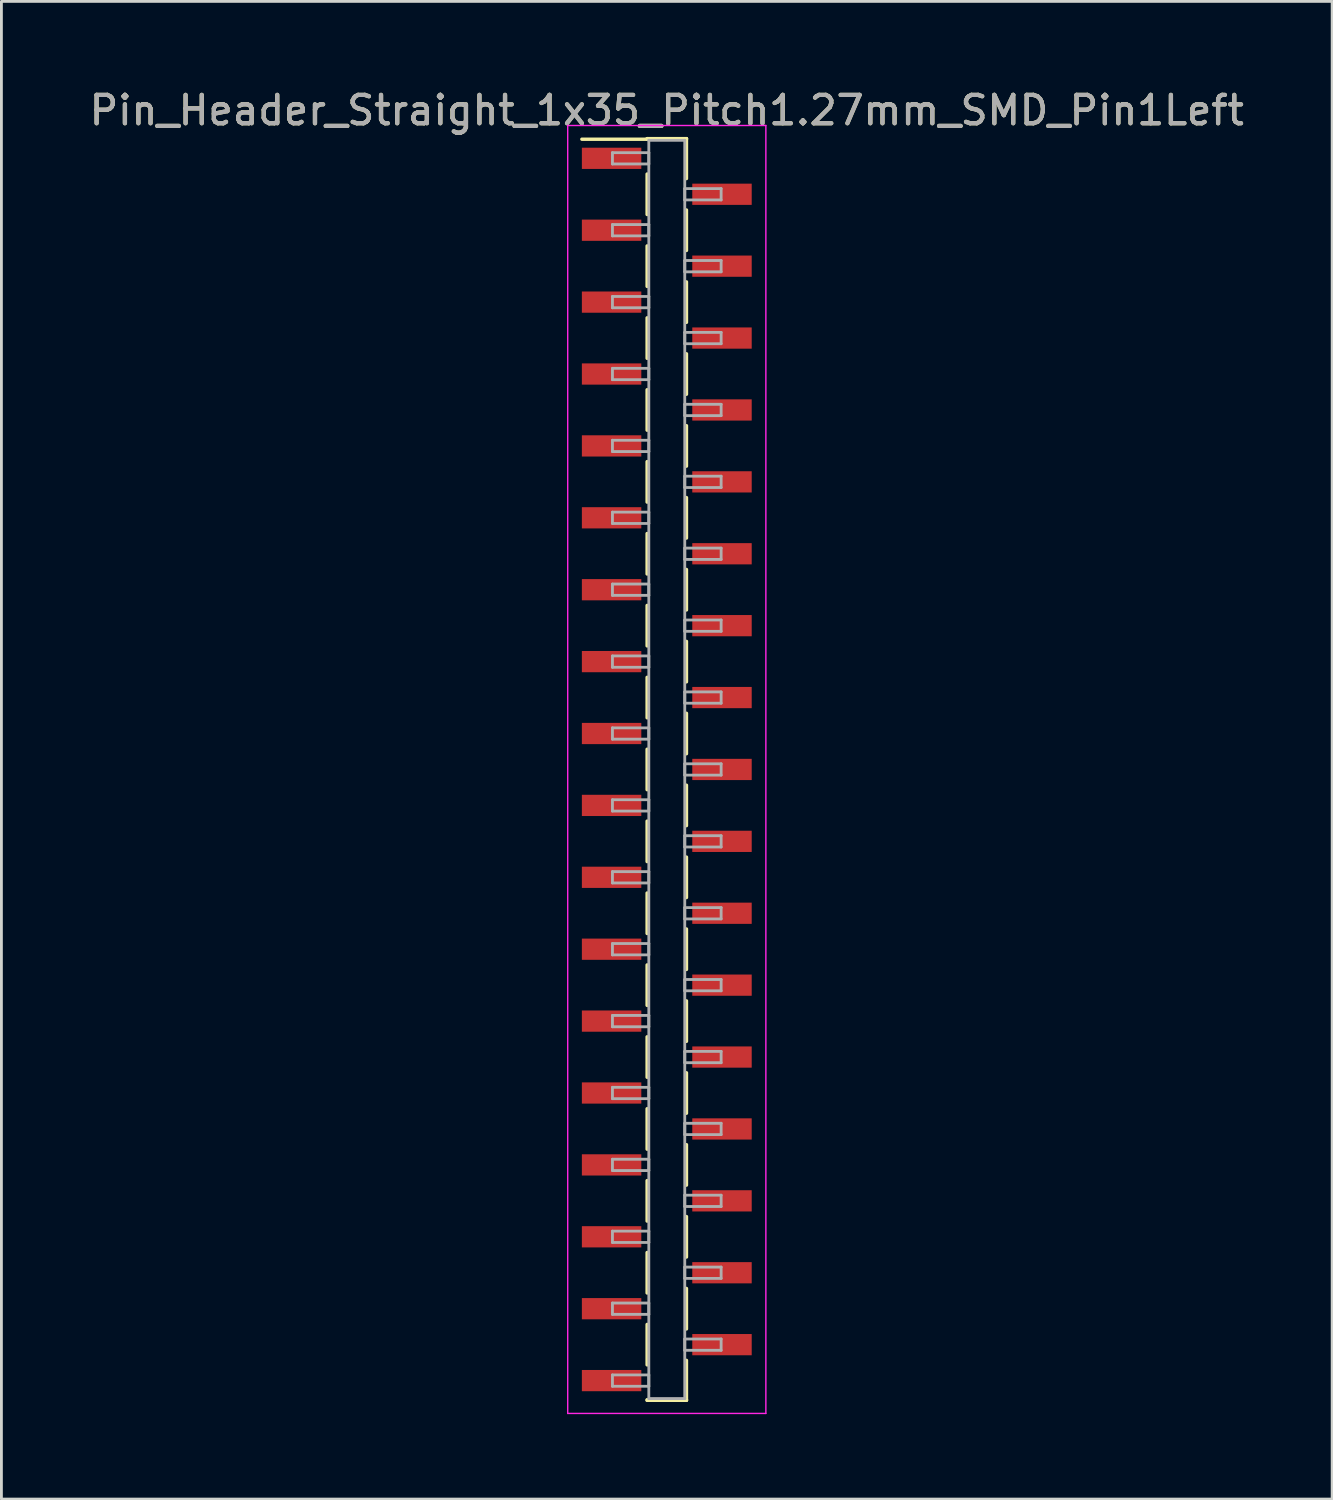
<source format=kicad_pcb>
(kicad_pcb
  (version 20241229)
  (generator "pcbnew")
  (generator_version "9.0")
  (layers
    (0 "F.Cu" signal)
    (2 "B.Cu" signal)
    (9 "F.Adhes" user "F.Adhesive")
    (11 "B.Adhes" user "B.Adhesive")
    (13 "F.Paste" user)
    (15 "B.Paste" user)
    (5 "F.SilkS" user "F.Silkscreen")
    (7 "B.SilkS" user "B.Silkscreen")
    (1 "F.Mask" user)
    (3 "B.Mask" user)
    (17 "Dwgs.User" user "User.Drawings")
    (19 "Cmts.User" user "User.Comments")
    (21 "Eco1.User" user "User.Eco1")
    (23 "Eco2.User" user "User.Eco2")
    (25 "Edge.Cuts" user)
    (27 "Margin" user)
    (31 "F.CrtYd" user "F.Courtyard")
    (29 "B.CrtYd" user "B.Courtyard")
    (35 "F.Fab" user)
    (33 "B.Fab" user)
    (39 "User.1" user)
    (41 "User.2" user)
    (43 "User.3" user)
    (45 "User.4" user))
  (footprint "Pin_Header_Straight_1x35_Pitch1.27mm_SMD_Pin1Left"
    (layer "F.Cu")
    (at 20.506 24.133)
    (property "Reference" "Pin_Header_Straight_1x35_Pitch1.27mm_SMD_Pin1Left" (at 0 -23.285 0) (layer "F.SilkS") (effects (font (size 1 1) (thickness 0.15))))
    (attr smd)
    (fp_line (start -0.695 -22.285) (end 0.695 -22.285) (stroke (width 0.12) (type solid)) (layer "F.SilkS"))
    (fp_line (start -0.695 -22.265) (end -3 -22.265) (stroke (width 0.12) (type solid)) (layer "F.SilkS"))
    (fp_line (start -0.695 -22.265) (end -0.695 -22.285) (stroke (width 0.12) (type solid)) (layer "F.SilkS"))
    (fp_line (start -0.695 -21.035) (end -0.695 -19.605) (stroke (width 0.12) (type solid)) (layer "F.SilkS"))
    (fp_line (start -0.695 -18.495) (end -0.695 -17.065) (stroke (width 0.12) (type solid)) (layer "F.SilkS"))
    (fp_line (start -0.695 -15.955) (end -0.695 -14.525) (stroke (width 0.12) (type solid)) (layer "F.SilkS"))
    (fp_line (start -0.695 -13.415) (end -0.695 -11.985) (stroke (width 0.12) (type solid)) (layer "F.SilkS"))
    (fp_line (start -0.695 -10.875) (end -0.695 -9.445) (stroke (width 0.12) (type solid)) (layer "F.SilkS"))
    (fp_line (start -0.695 -8.335) (end -0.695 -6.905) (stroke (width 0.12) (type solid)) (layer "F.SilkS"))
    (fp_line (start -0.695 -5.795) (end -0.695 -4.365) (stroke (width 0.12) (type solid)) (layer "F.SilkS"))
    (fp_line (start -0.695 -3.255) (end -0.695 -1.825) (stroke (width 0.12) (type solid)) (layer "F.SilkS"))
    (fp_line (start -0.695 -0.715) (end -0.695 0.715) (stroke (width 0.12) (type solid)) (layer "F.SilkS"))
    (fp_line (start -0.695 1.825) (end -0.695 3.255) (stroke (width 0.12) (type solid)) (layer "F.SilkS"))
    (fp_line (start -0.695 4.365) (end -0.695 5.795) (stroke (width 0.12) (type solid)) (layer "F.SilkS"))
    (fp_line (start -0.695 6.905) (end -0.695 8.335) (stroke (width 0.12) (type solid)) (layer "F.SilkS"))
    (fp_line (start -0.695 9.445) (end -0.695 10.875) (stroke (width 0.12) (type solid)) (layer "F.SilkS"))
    (fp_line (start -0.695 11.985) (end -0.695 13.415) (stroke (width 0.12) (type solid)) (layer "F.SilkS"))
    (fp_line (start -0.695 14.525) (end -0.695 15.955) (stroke (width 0.12) (type solid)) (layer "F.SilkS"))
    (fp_line (start -0.695 17.065) (end -0.695 18.495) (stroke (width 0.12) (type solid)) (layer "F.SilkS"))
    (fp_line (start -0.695 19.605) (end -0.695 21.035) (stroke (width 0.12) (type solid)) (layer "F.SilkS"))
    (fp_line (start -0.695 22.265) (end -0.695 22.285) (stroke (width 0.12) (type solid)) (layer "F.SilkS"))
    (fp_line (start -0.695 22.285) (end 0.695 22.285) (stroke (width 0.12) (type solid)) (layer "F.SilkS"))
    (fp_line (start 0.695 -22.285) (end 0.695 -22.265) (stroke (width 0.12) (type solid)) (layer "F.SilkS"))
    (fp_line (start 0.695 -22.285) (end 0.695 -20.875) (stroke (width 0.12) (type solid)) (layer "F.SilkS"))
    (fp_line (start 0.695 -19.765) (end 0.695 -18.335) (stroke (width 0.12) (type solid)) (layer "F.SilkS"))
    (fp_line (start 0.695 -17.225) (end 0.695 -15.795) (stroke (width 0.12) (type solid)) (layer "F.SilkS"))
    (fp_line (start 0.695 -14.685) (end 0.695 -13.255) (stroke (width 0.12) (type solid)) (layer "F.SilkS"))
    (fp_line (start 0.695 -12.145) (end 0.695 -10.715) (stroke (width 0.12) (type solid)) (layer "F.SilkS"))
    (fp_line (start 0.695 -9.605) (end 0.695 -8.175) (stroke (width 0.12) (type solid)) (layer "F.SilkS"))
    (fp_line (start 0.695 -7.065) (end 0.695 -5.635) (stroke (width 0.12) (type solid)) (layer "F.SilkS"))
    (fp_line (start 0.695 -4.525) (end 0.695 -3.095) (stroke (width 0.12) (type solid)) (layer "F.SilkS"))
    (fp_line (start 0.695 -1.985) (end 0.695 -0.555) (stroke (width 0.12) (type solid)) (layer "F.SilkS"))
    (fp_line (start 0.695 0.555) (end 0.695 1.985) (stroke (width 0.12) (type solid)) (layer "F.SilkS"))
    (fp_line (start 0.695 3.095) (end 0.695 4.525) (stroke (width 0.12) (type solid)) (layer "F.SilkS"))
    (fp_line (start 0.695 5.635) (end 0.695 7.065) (stroke (width 0.12) (type solid)) (layer "F.SilkS"))
    (fp_line (start 0.695 8.175) (end 0.695 9.605) (stroke (width 0.12) (type solid)) (layer "F.SilkS"))
    (fp_line (start 0.695 10.715) (end 0.695 12.145) (stroke (width 0.12) (type solid)) (layer "F.SilkS"))
    (fp_line (start 0.695 13.255) (end 0.695 14.685) (stroke (width 0.12) (type solid)) (layer "F.SilkS"))
    (fp_line (start 0.695 15.795) (end 0.695 17.225) (stroke (width 0.12) (type solid)) (layer "F.SilkS"))
    (fp_line (start 0.695 18.335) (end 0.695 19.765) (stroke (width 0.12) (type solid)) (layer "F.SilkS"))
    (fp_line (start 0.695 20.875) (end 0.695 22.285) (stroke (width 0.12) (type solid)) (layer "F.SilkS"))
    (fp_line (start 0.695 22.285) (end 0.695 22.265) (stroke (width 0.12) (type solid)) (layer "F.SilkS"))
    (fp_line (start -3.5 -22.75) (end -3.5 22.75) (stroke (width 0.05) (type solid)) (layer "F.CrtYd"))
    (fp_line (start -3.5 22.75) (end 3.5 22.75) (stroke (width 0.05) (type solid)) (layer "F.CrtYd"))
    (fp_line (start 3.5 -22.75) (end -3.5 -22.75) (stroke (width 0.05) (type solid)) (layer "F.CrtYd"))
    (fp_line (start 3.5 22.75) (end 3.5 -22.75) (stroke (width 0.05) (type solid)) (layer "F.CrtYd"))
    (fp_line (start -1.92 -21.79) (end -0.635 -21.79) (stroke (width 0.1) (type solid)) (layer "F.Fab"))
    (fp_line (start -1.92 -21.39) (end -1.92 -21.79) (stroke (width 0.1) (type solid)) (layer "F.Fab"))
    (fp_line (start -1.92 -19.25) (end -0.635 -19.25) (stroke (width 0.1) (type solid)) (layer "F.Fab"))
    (fp_line (start -1.92 -18.85) (end -1.92 -19.25) (stroke (width 0.1) (type solid)) (layer "F.Fab"))
    (fp_line (start -1.92 -16.71) (end -0.635 -16.71) (stroke (width 0.1) (type solid)) (layer "F.Fab"))
    (fp_line (start -1.92 -16.31) (end -1.92 -16.71) (stroke (width 0.1) (type solid)) (layer "F.Fab"))
    (fp_line (start -1.92 -14.17) (end -0.635 -14.17) (stroke (width 0.1) (type solid)) (layer "F.Fab"))
    (fp_line (start -1.92 -13.77) (end -1.92 -14.17) (stroke (width 0.1) (type solid)) (layer "F.Fab"))
    (fp_line (start -1.92 -11.63) (end -0.635 -11.63) (stroke (width 0.1) (type solid)) (layer "F.Fab"))
    (fp_line (start -1.92 -11.23) (end -1.92 -11.63) (stroke (width 0.1) (type solid)) (layer "F.Fab"))
    (fp_line (start -1.92 -9.09) (end -0.635 -9.09) (stroke (width 0.1) (type solid)) (layer "F.Fab"))
    (fp_line (start -1.92 -8.69) (end -1.92 -9.09) (stroke (width 0.1) (type solid)) (layer "F.Fab"))
    (fp_line (start -1.92 -6.55) (end -0.635 -6.55) (stroke (width 0.1) (type solid)) (layer "F.Fab"))
    (fp_line (start -1.92 -6.15) (end -1.92 -6.55) (stroke (width 0.1) (type solid)) (layer "F.Fab"))
    (fp_line (start -1.92 -4.01) (end -0.635 -4.01) (stroke (width 0.1) (type solid)) (layer "F.Fab"))
    (fp_line (start -1.92 -3.61) (end -1.92 -4.01) (stroke (width 0.1) (type solid)) (layer "F.Fab"))
    (fp_line (start -1.92 -1.47) (end -0.635 -1.47) (stroke (width 0.1) (type solid)) (layer "F.Fab"))
    (fp_line (start -1.92 -1.07) (end -1.92 -1.47) (stroke (width 0.1) (type solid)) (layer "F.Fab"))
    (fp_line (start -1.92 1.07) (end -0.635 1.07) (stroke (width 0.1) (type solid)) (layer "F.Fab"))
    (fp_line (start -1.92 1.47) (end -1.92 1.07) (stroke (width 0.1) (type solid)) (layer "F.Fab"))
    (fp_line (start -1.92 3.61) (end -0.635 3.61) (stroke (width 0.1) (type solid)) (layer "F.Fab"))
    (fp_line (start -1.92 4.01) (end -1.92 3.61) (stroke (width 0.1) (type solid)) (layer "F.Fab"))
    (fp_line (start -1.92 6.15) (end -0.635 6.15) (stroke (width 0.1) (type solid)) (layer "F.Fab"))
    (fp_line (start -1.92 6.55) (end -1.92 6.15) (stroke (width 0.1) (type solid)) (layer "F.Fab"))
    (fp_line (start -1.92 8.69) (end -0.635 8.69) (stroke (width 0.1) (type solid)) (layer "F.Fab"))
    (fp_line (start -1.92 9.09) (end -1.92 8.69) (stroke (width 0.1) (type solid)) (layer "F.Fab"))
    (fp_line (start -1.92 11.23) (end -0.635 11.23) (stroke (width 0.1) (type solid)) (layer "F.Fab"))
    (fp_line (start -1.92 11.63) (end -1.92 11.23) (stroke (width 0.1) (type solid)) (layer "F.Fab"))
    (fp_line (start -1.92 13.77) (end -0.635 13.77) (stroke (width 0.1) (type solid)) (layer "F.Fab"))
    (fp_line (start -1.92 14.17) (end -1.92 13.77) (stroke (width 0.1) (type solid)) (layer "F.Fab"))
    (fp_line (start -1.92 16.31) (end -0.635 16.31) (stroke (width 0.1) (type solid)) (layer "F.Fab"))
    (fp_line (start -1.92 16.71) (end -1.92 16.31) (stroke (width 0.1) (type solid)) (layer "F.Fab"))
    (fp_line (start -1.92 18.85) (end -0.635 18.85) (stroke (width 0.1) (type solid)) (layer "F.Fab"))
    (fp_line (start -1.92 19.25) (end -1.92 18.85) (stroke (width 0.1) (type solid)) (layer "F.Fab"))
    (fp_line (start -1.92 21.39) (end -0.635 21.39) (stroke (width 0.1) (type solid)) (layer "F.Fab"))
    (fp_line (start -1.92 21.79) (end -1.92 21.39) (stroke (width 0.1) (type solid)) (layer "F.Fab"))
    (fp_line (start -0.635 -22.225) (end -0.635 22.225) (stroke (width 0.1) (type solid)) (layer "F.Fab"))
    (fp_line (start -0.635 -21.79) (end -0.635 -21.39) (stroke (width 0.1) (type solid)) (layer "F.Fab"))
    (fp_line (start -0.635 -21.39) (end -1.92 -21.39) (stroke (width 0.1) (type solid)) (layer "F.Fab"))
    (fp_line (start -0.635 -19.25) (end -0.635 -18.85) (stroke (width 0.1) (type solid)) (layer "F.Fab"))
    (fp_line (start -0.635 -18.85) (end -1.92 -18.85) (stroke (width 0.1) (type solid)) (layer "F.Fab"))
    (fp_line (start -0.635 -16.71) (end -0.635 -16.31) (stroke (width 0.1) (type solid)) (layer "F.Fab"))
    (fp_line (start -0.635 -16.31) (end -1.92 -16.31) (stroke (width 0.1) (type solid)) (layer "F.Fab"))
    (fp_line (start -0.635 -14.17) (end -0.635 -13.77) (stroke (width 0.1) (type solid)) (layer "F.Fab"))
    (fp_line (start -0.635 -13.77) (end -1.92 -13.77) (stroke (width 0.1) (type solid)) (layer "F.Fab"))
    (fp_line (start -0.635 -11.63) (end -0.635 -11.23) (stroke (width 0.1) (type solid)) (layer "F.Fab"))
    (fp_line (start -0.635 -11.23) (end -1.92 -11.23) (stroke (width 0.1) (type solid)) (layer "F.Fab"))
    (fp_line (start -0.635 -9.09) (end -0.635 -8.69) (stroke (width 0.1) (type solid)) (layer "F.Fab"))
    (fp_line (start -0.635 -8.69) (end -1.92 -8.69) (stroke (width 0.1) (type solid)) (layer "F.Fab"))
    (fp_line (start -0.635 -6.55) (end -0.635 -6.15) (stroke (width 0.1) (type solid)) (layer "F.Fab"))
    (fp_line (start -0.635 -6.15) (end -1.92 -6.15) (stroke (width 0.1) (type solid)) (layer "F.Fab"))
    (fp_line (start -0.635 -4.01) (end -0.635 -3.61) (stroke (width 0.1) (type solid)) (layer "F.Fab"))
    (fp_line (start -0.635 -3.61) (end -1.92 -3.61) (stroke (width 0.1) (type solid)) (layer "F.Fab"))
    (fp_line (start -0.635 -1.47) (end -0.635 -1.07) (stroke (width 0.1) (type solid)) (layer "F.Fab"))
    (fp_line (start -0.635 -1.07) (end -1.92 -1.07) (stroke (width 0.1) (type solid)) (layer "F.Fab"))
    (fp_line (start -0.635 1.07) (end -0.635 1.47) (stroke (width 0.1) (type solid)) (layer "F.Fab"))
    (fp_line (start -0.635 1.47) (end -1.92 1.47) (stroke (width 0.1) (type solid)) (layer "F.Fab"))
    (fp_line (start -0.635 3.61) (end -0.635 4.01) (stroke (width 0.1) (type solid)) (layer "F.Fab"))
    (fp_line (start -0.635 4.01) (end -1.92 4.01) (stroke (width 0.1) (type solid)) (layer "F.Fab"))
    (fp_line (start -0.635 6.15) (end -0.635 6.55) (stroke (width 0.1) (type solid)) (layer "F.Fab"))
    (fp_line (start -0.635 6.55) (end -1.92 6.55) (stroke (width 0.1) (type solid)) (layer "F.Fab"))
    (fp_line (start -0.635 8.69) (end -0.635 9.09) (stroke (width 0.1) (type solid)) (layer "F.Fab"))
    (fp_line (start -0.635 9.09) (end -1.92 9.09) (stroke (width 0.1) (type solid)) (layer "F.Fab"))
    (fp_line (start -0.635 11.23) (end -0.635 11.63) (stroke (width 0.1) (type solid)) (layer "F.Fab"))
    (fp_line (start -0.635 11.63) (end -1.92 11.63) (stroke (width 0.1) (type solid)) (layer "F.Fab"))
    (fp_line (start -0.635 13.77) (end -0.635 14.17) (stroke (width 0.1) (type solid)) (layer "F.Fab"))
    (fp_line (start -0.635 14.17) (end -1.92 14.17) (stroke (width 0.1) (type solid)) (layer "F.Fab"))
    (fp_line (start -0.635 16.31) (end -0.635 16.71) (stroke (width 0.1) (type solid)) (layer "F.Fab"))
    (fp_line (start -0.635 16.71) (end -1.92 16.71) (stroke (width 0.1) (type solid)) (layer "F.Fab"))
    (fp_line (start -0.635 18.85) (end -0.635 19.25) (stroke (width 0.1) (type solid)) (layer "F.Fab"))
    (fp_line (start -0.635 19.25) (end -1.92 19.25) (stroke (width 0.1) (type solid)) (layer "F.Fab"))
    (fp_line (start -0.635 21.39) (end -0.635 21.79) (stroke (width 0.1) (type solid)) (layer "F.Fab"))
    (fp_line (start -0.635 21.79) (end -1.92 21.79) (stroke (width 0.1) (type solid)) (layer "F.Fab"))
    (fp_line (start -0.635 22.225) (end 0.635 22.225) (stroke (width 0.1) (type solid)) (layer "F.Fab"))
    (fp_line (start 0.635 -22.225) (end -0.635 -22.225) (stroke (width 0.1) (type solid)) (layer "F.Fab"))
    (fp_line (start 0.635 -20.52) (end 0.635 -20.12) (stroke (width 0.1) (type solid)) (layer "F.Fab"))
    (fp_line (start 0.635 -20.12) (end 1.92 -20.12) (stroke (width 0.1) (type solid)) (layer "F.Fab"))
    (fp_line (start 0.635 -17.98) (end 0.635 -17.58) (stroke (width 0.1) (type solid)) (layer "F.Fab"))
    (fp_line (start 0.635 -17.58) (end 1.92 -17.58) (stroke (width 0.1) (type solid)) (layer "F.Fab"))
    (fp_line (start 0.635 -15.44) (end 0.635 -15.04) (stroke (width 0.1) (type solid)) (layer "F.Fab"))
    (fp_line (start 0.635 -15.04) (end 1.92 -15.04) (stroke (width 0.1) (type solid)) (layer "F.Fab"))
    (fp_line (start 0.635 -12.9) (end 0.635 -12.5) (stroke (width 0.1) (type solid)) (layer "F.Fab"))
    (fp_line (start 0.635 -12.5) (end 1.92 -12.5) (stroke (width 0.1) (type solid)) (layer "F.Fab"))
    (fp_line (start 0.635 -10.36) (end 0.635 -9.96) (stroke (width 0.1) (type solid)) (layer "F.Fab"))
    (fp_line (start 0.635 -9.96) (end 1.92 -9.96) (stroke (width 0.1) (type solid)) (layer "F.Fab"))
    (fp_line (start 0.635 -7.82) (end 0.635 -7.42) (stroke (width 0.1) (type solid)) (layer "F.Fab"))
    (fp_line (start 0.635 -7.42) (end 1.92 -7.42) (stroke (width 0.1) (type solid)) (layer "F.Fab"))
    (fp_line (start 0.635 -5.28) (end 0.635 -4.88) (stroke (width 0.1) (type solid)) (layer "F.Fab"))
    (fp_line (start 0.635 -4.88) (end 1.92 -4.88) (stroke (width 0.1) (type solid)) (layer "F.Fab"))
    (fp_line (start 0.635 -2.74) (end 0.635 -2.34) (stroke (width 0.1) (type solid)) (layer "F.Fab"))
    (fp_line (start 0.635 -2.34) (end 1.92 -2.34) (stroke (width 0.1) (type solid)) (layer "F.Fab"))
    (fp_line (start 0.635 -0.2) (end 0.635 0.2) (stroke (width 0.1) (type solid)) (layer "F.Fab"))
    (fp_line (start 0.635 0.2) (end 1.92 0.2) (stroke (width 0.1) (type solid)) (layer "F.Fab"))
    (fp_line (start 0.635 2.34) (end 0.635 2.74) (stroke (width 0.1) (type solid)) (layer "F.Fab"))
    (fp_line (start 0.635 2.74) (end 1.92 2.74) (stroke (width 0.1) (type solid)) (layer "F.Fab"))
    (fp_line (start 0.635 4.88) (end 0.635 5.28) (stroke (width 0.1) (type solid)) (layer "F.Fab"))
    (fp_line (start 0.635 5.28) (end 1.92 5.28) (stroke (width 0.1) (type solid)) (layer "F.Fab"))
    (fp_line (start 0.635 7.42) (end 0.635 7.82) (stroke (width 0.1) (type solid)) (layer "F.Fab"))
    (fp_line (start 0.635 7.82) (end 1.92 7.82) (stroke (width 0.1) (type solid)) (layer "F.Fab"))
    (fp_line (start 0.635 9.96) (end 0.635 10.36) (stroke (width 0.1) (type solid)) (layer "F.Fab"))
    (fp_line (start 0.635 10.36) (end 1.92 10.36) (stroke (width 0.1) (type solid)) (layer "F.Fab"))
    (fp_line (start 0.635 12.5) (end 0.635 12.9) (stroke (width 0.1) (type solid)) (layer "F.Fab"))
    (fp_line (start 0.635 12.9) (end 1.92 12.9) (stroke (width 0.1) (type solid)) (layer "F.Fab"))
    (fp_line (start 0.635 15.04) (end 0.635 15.44) (stroke (width 0.1) (type solid)) (layer "F.Fab"))
    (fp_line (start 0.635 15.44) (end 1.92 15.44) (stroke (width 0.1) (type solid)) (layer "F.Fab"))
    (fp_line (start 0.635 17.58) (end 0.635 17.98) (stroke (width 0.1) (type solid)) (layer "F.Fab"))
    (fp_line (start 0.635 17.98) (end 1.92 17.98) (stroke (width 0.1) (type solid)) (layer "F.Fab"))
    (fp_line (start 0.635 20.12) (end 0.635 20.52) (stroke (width 0.1) (type solid)) (layer "F.Fab"))
    (fp_line (start 0.635 20.52) (end 1.92 20.52) (stroke (width 0.1) (type solid)) (layer "F.Fab"))
    (fp_line (start 0.635 22.225) (end 0.635 -22.225) (stroke (width 0.1) (type solid)) (layer "F.Fab"))
    (fp_line (start 1.92 -20.52) (end 0.635 -20.52) (stroke (width 0.1) (type solid)) (layer "F.Fab"))
    (fp_line (start 1.92 -20.12) (end 1.92 -20.52) (stroke (width 0.1) (type solid)) (layer "F.Fab"))
    (fp_line (start 1.92 -17.98) (end 0.635 -17.98) (stroke (width 0.1) (type solid)) (layer "F.Fab"))
    (fp_line (start 1.92 -17.58) (end 1.92 -17.98) (stroke (width 0.1) (type solid)) (layer "F.Fab"))
    (fp_line (start 1.92 -15.44) (end 0.635 -15.44) (stroke (width 0.1) (type solid)) (layer "F.Fab"))
    (fp_line (start 1.92 -15.04) (end 1.92 -15.44) (stroke (width 0.1) (type solid)) (layer "F.Fab"))
    (fp_line (start 1.92 -12.9) (end 0.635 -12.9) (stroke (width 0.1) (type solid)) (layer "F.Fab"))
    (fp_line (start 1.92 -12.5) (end 1.92 -12.9) (stroke (width 0.1) (type solid)) (layer "F.Fab"))
    (fp_line (start 1.92 -10.36) (end 0.635 -10.36) (stroke (width 0.1) (type solid)) (layer "F.Fab"))
    (fp_line (start 1.92 -9.96) (end 1.92 -10.36) (stroke (width 0.1) (type solid)) (layer "F.Fab"))
    (fp_line (start 1.92 -7.82) (end 0.635 -7.82) (stroke (width 0.1) (type solid)) (layer "F.Fab"))
    (fp_line (start 1.92 -7.42) (end 1.92 -7.82) (stroke (width 0.1) (type solid)) (layer "F.Fab"))
    (fp_line (start 1.92 -5.28) (end 0.635 -5.28) (stroke (width 0.1) (type solid)) (layer "F.Fab"))
    (fp_line (start 1.92 -4.88) (end 1.92 -5.28) (stroke (width 0.1) (type solid)) (layer "F.Fab"))
    (fp_line (start 1.92 -2.74) (end 0.635 -2.74) (stroke (width 0.1) (type solid)) (layer "F.Fab"))
    (fp_line (start 1.92 -2.34) (end 1.92 -2.74) (stroke (width 0.1) (type solid)) (layer "F.Fab"))
    (fp_line (start 1.92 -0.2) (end 0.635 -0.2) (stroke (width 0.1) (type solid)) (layer "F.Fab"))
    (fp_line (start 1.92 0.2) (end 1.92 -0.2) (stroke (width 0.1) (type solid)) (layer "F.Fab"))
    (fp_line (start 1.92 2.34) (end 0.635 2.34) (stroke (width 0.1) (type solid)) (layer "F.Fab"))
    (fp_line (start 1.92 2.74) (end 1.92 2.34) (stroke (width 0.1) (type solid)) (layer "F.Fab"))
    (fp_line (start 1.92 4.88) (end 0.635 4.88) (stroke (width 0.1) (type solid)) (layer "F.Fab"))
    (fp_line (start 1.92 5.28) (end 1.92 4.88) (stroke (width 0.1) (type solid)) (layer "F.Fab"))
    (fp_line (start 1.92 7.42) (end 0.635 7.42) (stroke (width 0.1) (type solid)) (layer "F.Fab"))
    (fp_line (start 1.92 7.82) (end 1.92 7.42) (stroke (width 0.1) (type solid)) (layer "F.Fab"))
    (fp_line (start 1.92 9.96) (end 0.635 9.96) (stroke (width 0.1) (type solid)) (layer "F.Fab"))
    (fp_line (start 1.92 10.36) (end 1.92 9.96) (stroke (width 0.1) (type solid)) (layer "F.Fab"))
    (fp_line (start 1.92 12.5) (end 0.635 12.5) (stroke (width 0.1) (type solid)) (layer "F.Fab"))
    (fp_line (start 1.92 12.9) (end 1.92 12.5) (stroke (width 0.1) (type solid)) (layer "F.Fab"))
    (fp_line (start 1.92 15.04) (end 0.635 15.04) (stroke (width 0.1) (type solid)) (layer "F.Fab"))
    (fp_line (start 1.92 15.44) (end 1.92 15.04) (stroke (width 0.1) (type solid)) (layer "F.Fab"))
    (fp_line (start 1.92 17.58) (end 0.635 17.58) (stroke (width 0.1) (type solid)) (layer "F.Fab"))
    (fp_line (start 1.92 17.98) (end 1.92 17.58) (stroke (width 0.1) (type solid)) (layer "F.Fab"))
    (fp_line (start 1.92 20.12) (end 0.635 20.12) (stroke (width 0.1) (type solid)) (layer "F.Fab"))
    (fp_line (start 1.92 20.52) (end 1.92 20.12) (stroke (width 0.1) (type solid)) (layer "F.Fab"))
    (fp_text user "${REFERENCE}" (at 0 -23.285 0) (layer "F.Fab") (effects (font (size 1 1) (thickness 0.15))))
    (pad "1" smd rect (at -1.95 -21.59) (size 2.1 0.75) (layers "F.Cu" "F.Mask" "F.Paste"))
    (pad "2" smd rect (at 1.95 -20.32) (size 2.1 0.75) (layers "F.Cu" "F.Mask" "F.Paste"))
    (pad "3" smd rect (at -1.95 -19.05) (size 2.1 0.75) (layers "F.Cu" "F.Mask" "F.Paste"))
    (pad "4" smd rect (at 1.95 -17.78) (size 2.1 0.75) (layers "F.Cu" "F.Mask" "F.Paste"))
    (pad "5" smd rect (at -1.95 -16.51) (size 2.1 0.75) (layers "F.Cu" "F.Mask" "F.Paste"))
    (pad "6" smd rect (at 1.95 -15.24) (size 2.1 0.75) (layers "F.Cu" "F.Mask" "F.Paste"))
    (pad "7" smd rect (at -1.95 -13.97) (size 2.1 0.75) (layers "F.Cu" "F.Mask" "F.Paste"))
    (pad "8" smd rect (at 1.95 -12.7) (size 2.1 0.75) (layers "F.Cu" "F.Mask" "F.Paste"))
    (pad "9" smd rect (at -1.95 -11.43) (size 2.1 0.75) (layers "F.Cu" "F.Mask" "F.Paste"))
    (pad "10" smd rect (at 1.95 -10.16) (size 2.1 0.75) (layers "F.Cu" "F.Mask" "F.Paste"))
    (pad "11" smd rect (at -1.95 -8.89) (size 2.1 0.75) (layers "F.Cu" "F.Mask" "F.Paste"))
    (pad "12" smd rect (at 1.95 -7.62) (size 2.1 0.75) (layers "F.Cu" "F.Mask" "F.Paste"))
    (pad "13" smd rect (at -1.95 -6.35) (size 2.1 0.75) (layers "F.Cu" "F.Mask" "F.Paste"))
    (pad "14" smd rect (at 1.95 -5.08) (size 2.1 0.75) (layers "F.Cu" "F.Mask" "F.Paste"))
    (pad "15" smd rect (at -1.95 -3.81) (size 2.1 0.75) (layers "F.Cu" "F.Mask" "F.Paste"))
    (pad "16" smd rect (at 1.95 -2.54) (size 2.1 0.75) (layers "F.Cu" "F.Mask" "F.Paste"))
    (pad "17" smd rect (at -1.95 -1.27) (size 2.1 0.75) (layers "F.Cu" "F.Mask" "F.Paste"))
    (pad "18" smd rect (at 1.95 0) (size 2.1 0.75) (layers "F.Cu" "F.Mask" "F.Paste"))
    (pad "19" smd rect (at -1.95 1.27) (size 2.1 0.75) (layers "F.Cu" "F.Mask" "F.Paste"))
    (pad "20" smd rect (at 1.95 2.54) (size 2.1 0.75) (layers "F.Cu" "F.Mask" "F.Paste"))
    (pad "21" smd rect (at -1.95 3.81) (size 2.1 0.75) (layers "F.Cu" "F.Mask" "F.Paste"))
    (pad "22" smd rect (at 1.95 5.08) (size 2.1 0.75) (layers "F.Cu" "F.Mask" "F.Paste"))
    (pad "23" smd rect (at -1.95 6.35) (size 2.1 0.75) (layers "F.Cu" "F.Mask" "F.Paste"))
    (pad "24" smd rect (at 1.95 7.62) (size 2.1 0.75) (layers "F.Cu" "F.Mask" "F.Paste"))
    (pad "25" smd rect (at -1.95 8.89) (size 2.1 0.75) (layers "F.Cu" "F.Mask" "F.Paste"))
    (pad "26" smd rect (at 1.95 10.16) (size 2.1 0.75) (layers "F.Cu" "F.Mask" "F.Paste"))
    (pad "27" smd rect (at -1.95 11.43) (size 2.1 0.75) (layers "F.Cu" "F.Mask" "F.Paste"))
    (pad "28" smd rect (at 1.95 12.7) (size 2.1 0.75) (layers "F.Cu" "F.Mask" "F.Paste"))
    (pad "29" smd rect (at -1.95 13.97) (size 2.1 0.75) (layers "F.Cu" "F.Mask" "F.Paste"))
    (pad "30" smd rect (at 1.95 15.24) (size 2.1 0.75) (layers "F.Cu" "F.Mask" "F.Paste"))
    (pad "31" smd rect (at -1.95 16.51) (size 2.1 0.75) (layers "F.Cu" "F.Mask" "F.Paste"))
    (pad "32" smd rect (at 1.95 17.78) (size 2.1 0.75) (layers "F.Cu" "F.Mask" "F.Paste"))
    (pad "33" smd rect (at -1.95 19.05) (size 2.1 0.75) (layers "F.Cu" "F.Mask" "F.Paste"))
    (pad "34" smd rect (at 1.95 20.32) (size 2.1 0.75) (layers "F.Cu" "F.Mask" "F.Paste"))
    (pad "35" smd rect (at -1.95 21.59) (size 2.1 0.75) (layers "F.Cu" "F.Mask" "F.Paste")))
  (gr_rect
    (start -3 -3)
    (end 44.012 49.908)
    (stroke (width 0.1) (type default))
    (fill no)
    (layer "Edge.Cuts")))
</source>
